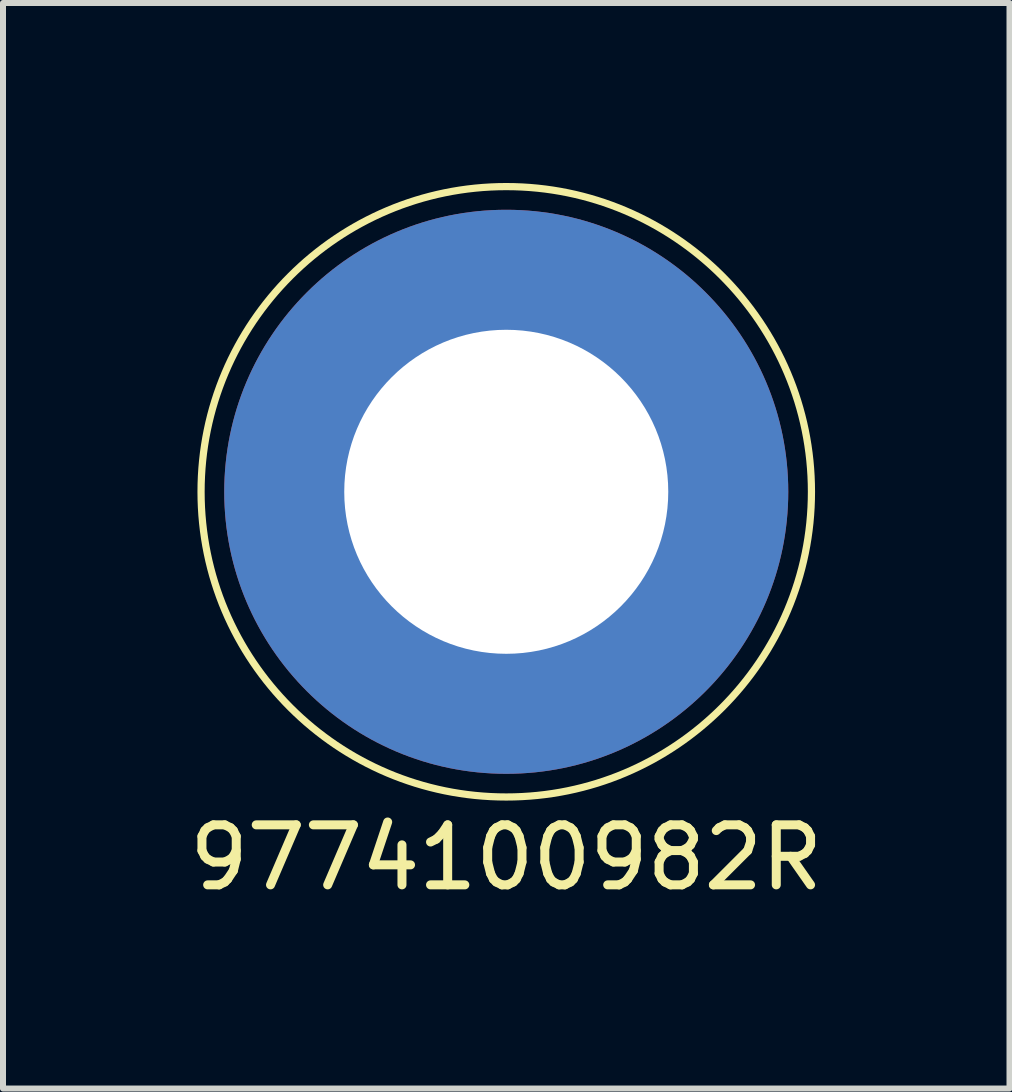
<source format=kicad_pcb>
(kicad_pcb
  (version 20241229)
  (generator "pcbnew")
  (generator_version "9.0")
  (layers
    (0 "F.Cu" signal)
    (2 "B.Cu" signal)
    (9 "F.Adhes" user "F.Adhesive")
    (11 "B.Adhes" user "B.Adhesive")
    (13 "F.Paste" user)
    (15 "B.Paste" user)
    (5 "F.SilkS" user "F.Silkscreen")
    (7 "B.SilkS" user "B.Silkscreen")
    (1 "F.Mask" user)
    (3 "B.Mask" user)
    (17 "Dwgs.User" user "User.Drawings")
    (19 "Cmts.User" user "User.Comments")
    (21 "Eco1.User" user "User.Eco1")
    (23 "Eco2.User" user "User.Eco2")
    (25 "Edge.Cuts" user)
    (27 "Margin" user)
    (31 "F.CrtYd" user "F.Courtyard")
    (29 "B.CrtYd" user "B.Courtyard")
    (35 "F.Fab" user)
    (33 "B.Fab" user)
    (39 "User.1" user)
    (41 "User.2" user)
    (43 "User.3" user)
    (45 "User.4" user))
  (footprint "9774100982R"
    (layer "F.Cu")
    (at 5.387 5.146)
    (property "Reference" "9774100982R" (at 0 6.096 0) (layer "F.SilkS") (effects (font (size 1 1) (thickness 0.15))))
    (attr through_hole)
    (fp_circle (center 0 0) (end 0.254 -5.08) (stroke (width 0.12) (type solid)) (fill no) (layer "F.SilkS"))
    (pad "1" thru_hole circle (at 0 0) (size 9.4 9.4) (drill 5.4) (layers "*.Cu" "*.Mask")))
  (gr_rect
    (start -3 -3)
    (end 13.774 15.091)
    (stroke (width 0.1) (type default))
    (fill no)
    (layer "Edge.Cuts")))
</source>
